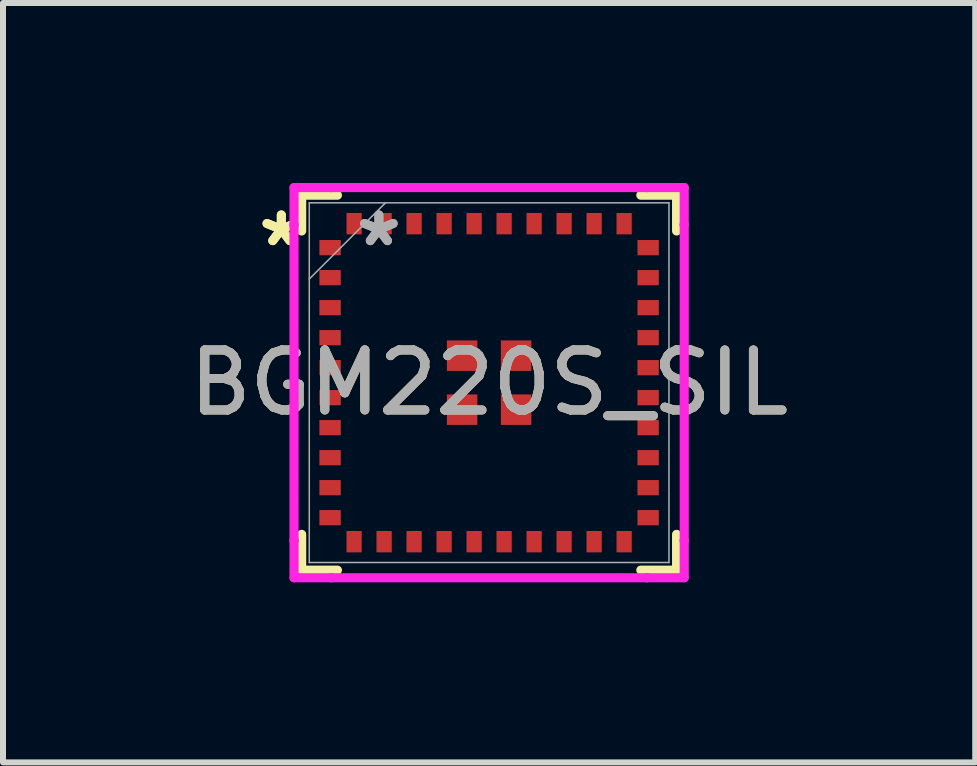
<source format=kicad_pcb>
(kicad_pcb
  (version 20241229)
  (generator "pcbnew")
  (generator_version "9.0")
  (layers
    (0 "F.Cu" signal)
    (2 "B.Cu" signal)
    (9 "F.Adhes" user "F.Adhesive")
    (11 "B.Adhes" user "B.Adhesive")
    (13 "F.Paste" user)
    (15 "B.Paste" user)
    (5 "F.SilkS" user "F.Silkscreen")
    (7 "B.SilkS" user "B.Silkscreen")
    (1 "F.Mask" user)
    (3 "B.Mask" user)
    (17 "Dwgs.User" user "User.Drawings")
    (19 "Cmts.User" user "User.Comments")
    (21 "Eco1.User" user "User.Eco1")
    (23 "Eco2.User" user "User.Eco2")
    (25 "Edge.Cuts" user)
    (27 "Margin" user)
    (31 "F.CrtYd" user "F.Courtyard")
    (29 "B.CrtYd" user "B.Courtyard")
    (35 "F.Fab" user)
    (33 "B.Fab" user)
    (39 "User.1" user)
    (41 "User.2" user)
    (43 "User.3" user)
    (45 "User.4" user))
  (footprint "BGM220S_SIL"
    (layer "F.Cu")
    (at 5.101 3.327)
    (property "Reference" "BGM220S_SIL" (at 0 0 0) (unlocked yes) (layer "F.SilkS") (effects (font (size 1 1) (thickness 0.15))))
    (attr smd)
    (fp_line (start -3.124 -3.124) (end -3.124 -2.528) (stroke (width 0.152) (type solid)) (layer "F.SilkS"))
    (fp_line (start -3.124 2.528) (end -3.124 3.124) (stroke (width 0.152) (type solid)) (layer "F.SilkS"))
    (fp_line (start -3.124 3.124) (end -2.528 3.124) (stroke (width 0.152) (type solid)) (layer "F.SilkS"))
    (fp_line (start -2.528 -3.124) (end -3.124 -3.124) (stroke (width 0.152) (type solid)) (layer "F.SilkS"))
    (fp_line (start 2.528 3.124) (end 3.124 3.124) (stroke (width 0.152) (type solid)) (layer "F.SilkS"))
    (fp_line (start 3.124 -3.124) (end 2.528 -3.124) (stroke (width 0.152) (type solid)) (layer "F.SilkS"))
    (fp_line (start 3.124 -2.528) (end 3.124 -3.124) (stroke (width 0.152) (type solid)) (layer "F.SilkS"))
    (fp_line (start 3.124 3.124) (end 3.124 2.528) (stroke (width 0.152) (type solid)) (layer "F.SilkS"))
    (fp_line (start -3.251 -3.251) (end -2.631 -3.251) (stroke (width 0.152) (type solid)) (layer "F.CrtYd"))
    (fp_line (start -3.251 -2.631) (end -3.251 -3.251) (stroke (width 0.152) (type solid)) (layer "F.CrtYd"))
    (fp_line (start -3.251 -2.631) (end -3.251 -2.631) (stroke (width 0.152) (type solid)) (layer "F.CrtYd"))
    (fp_line (start -3.251 2.631) (end -3.251 -2.631) (stroke (width 0.152) (type solid)) (layer "F.CrtYd"))
    (fp_line (start -3.251 2.631) (end -3.251 2.631) (stroke (width 0.152) (type solid)) (layer "F.CrtYd"))
    (fp_line (start -3.251 3.251) (end -3.251 2.631) (stroke (width 0.152) (type solid)) (layer "F.CrtYd"))
    (fp_line (start -2.631 -3.251) (end -2.631 -3.251) (stroke (width 0.152) (type solid)) (layer "F.CrtYd"))
    (fp_line (start -2.631 -3.251) (end 2.631 -3.251) (stroke (width 0.152) (type solid)) (layer "F.CrtYd"))
    (fp_line (start -2.631 3.251) (end -3.251 3.251) (stroke (width 0.152) (type solid)) (layer "F.CrtYd"))
    (fp_line (start -2.631 3.251) (end -2.631 3.251) (stroke (width 0.152) (type solid)) (layer "F.CrtYd"))
    (fp_line (start 2.631 -3.251) (end 2.631 -3.251) (stroke (width 0.152) (type solid)) (layer "F.CrtYd"))
    (fp_line (start 2.631 -3.251) (end 3.251 -3.251) (stroke (width 0.152) (type solid)) (layer "F.CrtYd"))
    (fp_line (start 2.631 3.251) (end -2.631 3.251) (stroke (width 0.152) (type solid)) (layer "F.CrtYd"))
    (fp_line (start 2.631 3.251) (end 2.631 3.251) (stroke (width 0.152) (type solid)) (layer "F.CrtYd"))
    (fp_line (start 3.251 -3.251) (end 3.251 -2.631) (stroke (width 0.152) (type solid)) (layer "F.CrtYd"))
    (fp_line (start 3.251 -2.631) (end 3.251 -2.631) (stroke (width 0.152) (type solid)) (layer "F.CrtYd"))
    (fp_line (start 3.251 -2.631) (end 3.251 2.631) (stroke (width 0.152) (type solid)) (layer "F.CrtYd"))
    (fp_line (start 3.251 2.631) (end 3.251 2.631) (stroke (width 0.152) (type solid)) (layer "F.CrtYd"))
    (fp_line (start 3.251 2.631) (end 3.251 3.251) (stroke (width 0.152) (type solid)) (layer "F.CrtYd"))
    (fp_line (start 3.251 3.251) (end 2.631 3.251) (stroke (width 0.152) (type solid)) (layer "F.CrtYd"))
    (fp_line (start -2.997 -2.997) (end -2.997 2.997) (stroke (width 0.025) (type solid)) (layer "F.Fab"))
    (fp_line (start -2.997 -1.727) (end -1.727 -2.997) (stroke (width 0.025) (type solid)) (layer "F.Fab"))
    (fp_line (start -2.997 2.997) (end 2.997 2.997) (stroke (width 0.025) (type solid)) (layer "F.Fab"))
    (fp_line (start 2.997 -2.997) (end -2.997 -2.997) (stroke (width 0.025) (type solid)) (layer "F.Fab"))
    (fp_line (start 2.997 2.997) (end 2.997 -2.997) (stroke (width 0.025) (type solid)) (layer "F.Fab"))
    (fp_text user "*" (at -3.463 -2.25 0) (unlocked yes) (layer "F.SilkS") (effects (font (size 1 1) (thickness 0.15))))
    (fp_text user "*" (at -3.463 -2.25 0) (layer "F.SilkS") (effects (font (size 1 1) (thickness 0.15))))
    (fp_text user "*" (at -1.837 -2.25 0) (unlocked yes) (layer "F.Fab") (effects (font (size 1 1) (thickness 0.15))))
    (fp_text user "${REFERENCE}" (at 0 0 0) (unlocked yes) (layer "F.Fab") (effects (font (size 1 1) (thickness 0.15))))
    (fp_text user "*" (at -1.837 -2.25 0) (layer "F.Fab") (effects (font (size 1 1) (thickness 0.15))))
    (pad "1" smd rect (at -2.65 -2.25) (size 0.356 0.254) (layers "F.Cu" "F.Mask" "F.Paste"))
    (pad "2" smd rect (at -2.65 -1.75) (size 0.356 0.254) (layers "F.Cu" "F.Mask" "F.Paste"))
    (pad "3" smd rect (at -2.65 -1.25) (size 0.356 0.254) (layers "F.Cu" "F.Mask" "F.Paste"))
    (pad "4" smd rect (at -2.65 -0.75) (size 0.356 0.254) (layers "F.Cu" "F.Mask" "F.Paste"))
    (pad "5" smd rect (at -2.65 -0.25) (size 0.356 0.254) (layers "F.Cu" "F.Mask" "F.Paste"))
    (pad "6" smd rect (at -2.65 0.25) (size 0.356 0.254) (layers "F.Cu" "F.Mask" "F.Paste"))
    (pad "7" smd rect (at -2.65 0.75) (size 0.356 0.254) (layers "F.Cu" "F.Mask" "F.Paste"))
    (pad "8" smd rect (at -2.65 1.25) (size 0.356 0.254) (layers "F.Cu" "F.Mask" "F.Paste"))
    (pad "9" smd rect (at -2.65 1.75) (size 0.356 0.254) (layers "F.Cu" "F.Mask" "F.Paste"))
    (pad "10" smd rect (at -2.65 2.25) (size 0.356 0.254) (layers "F.Cu" "F.Mask" "F.Paste"))
    (pad "11" smd rect (at -2.25 2.65 90) (size 0.356 0.254) (layers "F.Cu" "F.Mask" "F.Paste"))
    (pad "12" smd rect (at -1.75 2.65 90) (size 0.356 0.254) (layers "F.Cu" "F.Mask" "F.Paste"))
    (pad "13" smd rect (at -1.25 2.65 90) (size 0.356 0.254) (layers "F.Cu" "F.Mask" "F.Paste"))
    (pad "14" smd rect (at -0.75 2.65 90) (size 0.356 0.254) (layers "F.Cu" "F.Mask" "F.Paste"))
    (pad "15" smd rect (at -0.25 2.65 90) (size 0.356 0.254) (layers "F.Cu" "F.Mask" "F.Paste"))
    (pad "16" smd rect (at 0.25 2.65 90) (size 0.356 0.254) (layers "F.Cu" "F.Mask" "F.Paste"))
    (pad "17" smd rect (at 0.75 2.65 90) (size 0.356 0.254) (layers "F.Cu" "F.Mask" "F.Paste"))
    (pad "18" smd rect (at 1.25 2.65 90) (size 0.356 0.254) (layers "F.Cu" "F.Mask" "F.Paste"))
    (pad "19" smd rect (at 1.75 2.65 90) (size 0.356 0.254) (layers "F.Cu" "F.Mask" "F.Paste"))
    (pad "20" smd rect (at 2.25 2.65 90) (size 0.356 0.254) (layers "F.Cu" "F.Mask" "F.Paste"))
    (pad "21" smd rect (at 2.65 2.25) (size 0.356 0.254) (layers "F.Cu" "F.Mask" "F.Paste"))
    (pad "22" smd rect (at 2.65 1.75) (size 0.356 0.254) (layers "F.Cu" "F.Mask" "F.Paste"))
    (pad "23" smd rect (at 2.65 1.25) (size 0.356 0.254) (layers "F.Cu" "F.Mask" "F.Paste"))
    (pad "24" smd rect (at 2.65 0.75) (size 0.356 0.254) (layers "F.Cu" "F.Mask" "F.Paste"))
    (pad "25" smd rect (at 2.65 0.25) (size 0.356 0.254) (layers "F.Cu" "F.Mask" "F.Paste"))
    (pad "26" smd rect (at 2.65 -0.25) (size 0.356 0.254) (layers "F.Cu" "F.Mask" "F.Paste"))
    (pad "27" smd rect (at 2.65 -0.75) (size 0.356 0.254) (layers "F.Cu" "F.Mask" "F.Paste"))
    (pad "28" smd rect (at 2.65 -1.25) (size 0.356 0.254) (layers "F.Cu" "F.Mask" "F.Paste"))
    (pad "29" smd rect (at 2.65 -1.75) (size 0.356 0.254) (layers "F.Cu" "F.Mask" "F.Paste"))
    (pad "30" smd rect (at 2.65 -2.25) (size 0.356 0.254) (layers "F.Cu" "F.Mask" "F.Paste"))
    (pad "31" smd rect (at 2.25 -2.65 90) (size 0.356 0.254) (layers "F.Cu" "F.Mask" "F.Paste"))
    (pad "32" smd rect (at 1.75 -2.65 90) (size 0.356 0.254) (layers "F.Cu" "F.Mask" "F.Paste"))
    (pad "33" smd rect (at 1.25 -2.65 90) (size 0.356 0.254) (layers "F.Cu" "F.Mask" "F.Paste"))
    (pad "34" smd rect (at 0.75 -2.65 90) (size 0.356 0.254) (layers "F.Cu" "F.Mask" "F.Paste"))
    (pad "35" smd rect (at 0.25 -2.65 90) (size 0.356 0.254) (layers "F.Cu" "F.Mask" "F.Paste"))
    (pad "36" smd rect (at -0.25 -2.65 90) (size 0.356 0.254) (layers "F.Cu" "F.Mask" "F.Paste"))
    (pad "37" smd rect (at -0.75 -2.65 90) (size 0.356 0.254) (layers "F.Cu" "F.Mask" "F.Paste"))
    (pad "38" smd rect (at -1.25 -2.65 90) (size 0.356 0.254) (layers "F.Cu" "F.Mask" "F.Paste"))
    (pad "39" smd rect (at -1.75 -2.65 90) (size 0.356 0.254) (layers "F.Cu" "F.Mask" "F.Paste"))
    (pad "40" smd rect (at -2.25 -2.65 90) (size 0.356 0.254) (layers "F.Cu" "F.Mask" "F.Paste"))
    (pad "41" smd rect (at -0.45 -0.45) (size 0.508 0.508) (layers "F.Cu" "F.Mask" "F.Paste"))
    (pad "42" smd rect (at 0.45 -0.45) (size 0.508 0.508) (layers "F.Cu" "F.Mask" "F.Paste"))
    (pad "43" smd rect (at -0.45 0.45) (size 0.508 0.508) (layers "F.Cu" "F.Mask" "F.Paste"))
    (pad "44" smd rect (at 0.45 0.45) (size 0.508 0.508) (layers "F.Cu" "F.Mask" "F.Paste")))
  (gr_rect
    (start -3 -3)
    (end 13.202 9.655)
    (stroke (width 0.1) (type default))
    (fill no)
    (layer "Edge.Cuts")))
</source>
